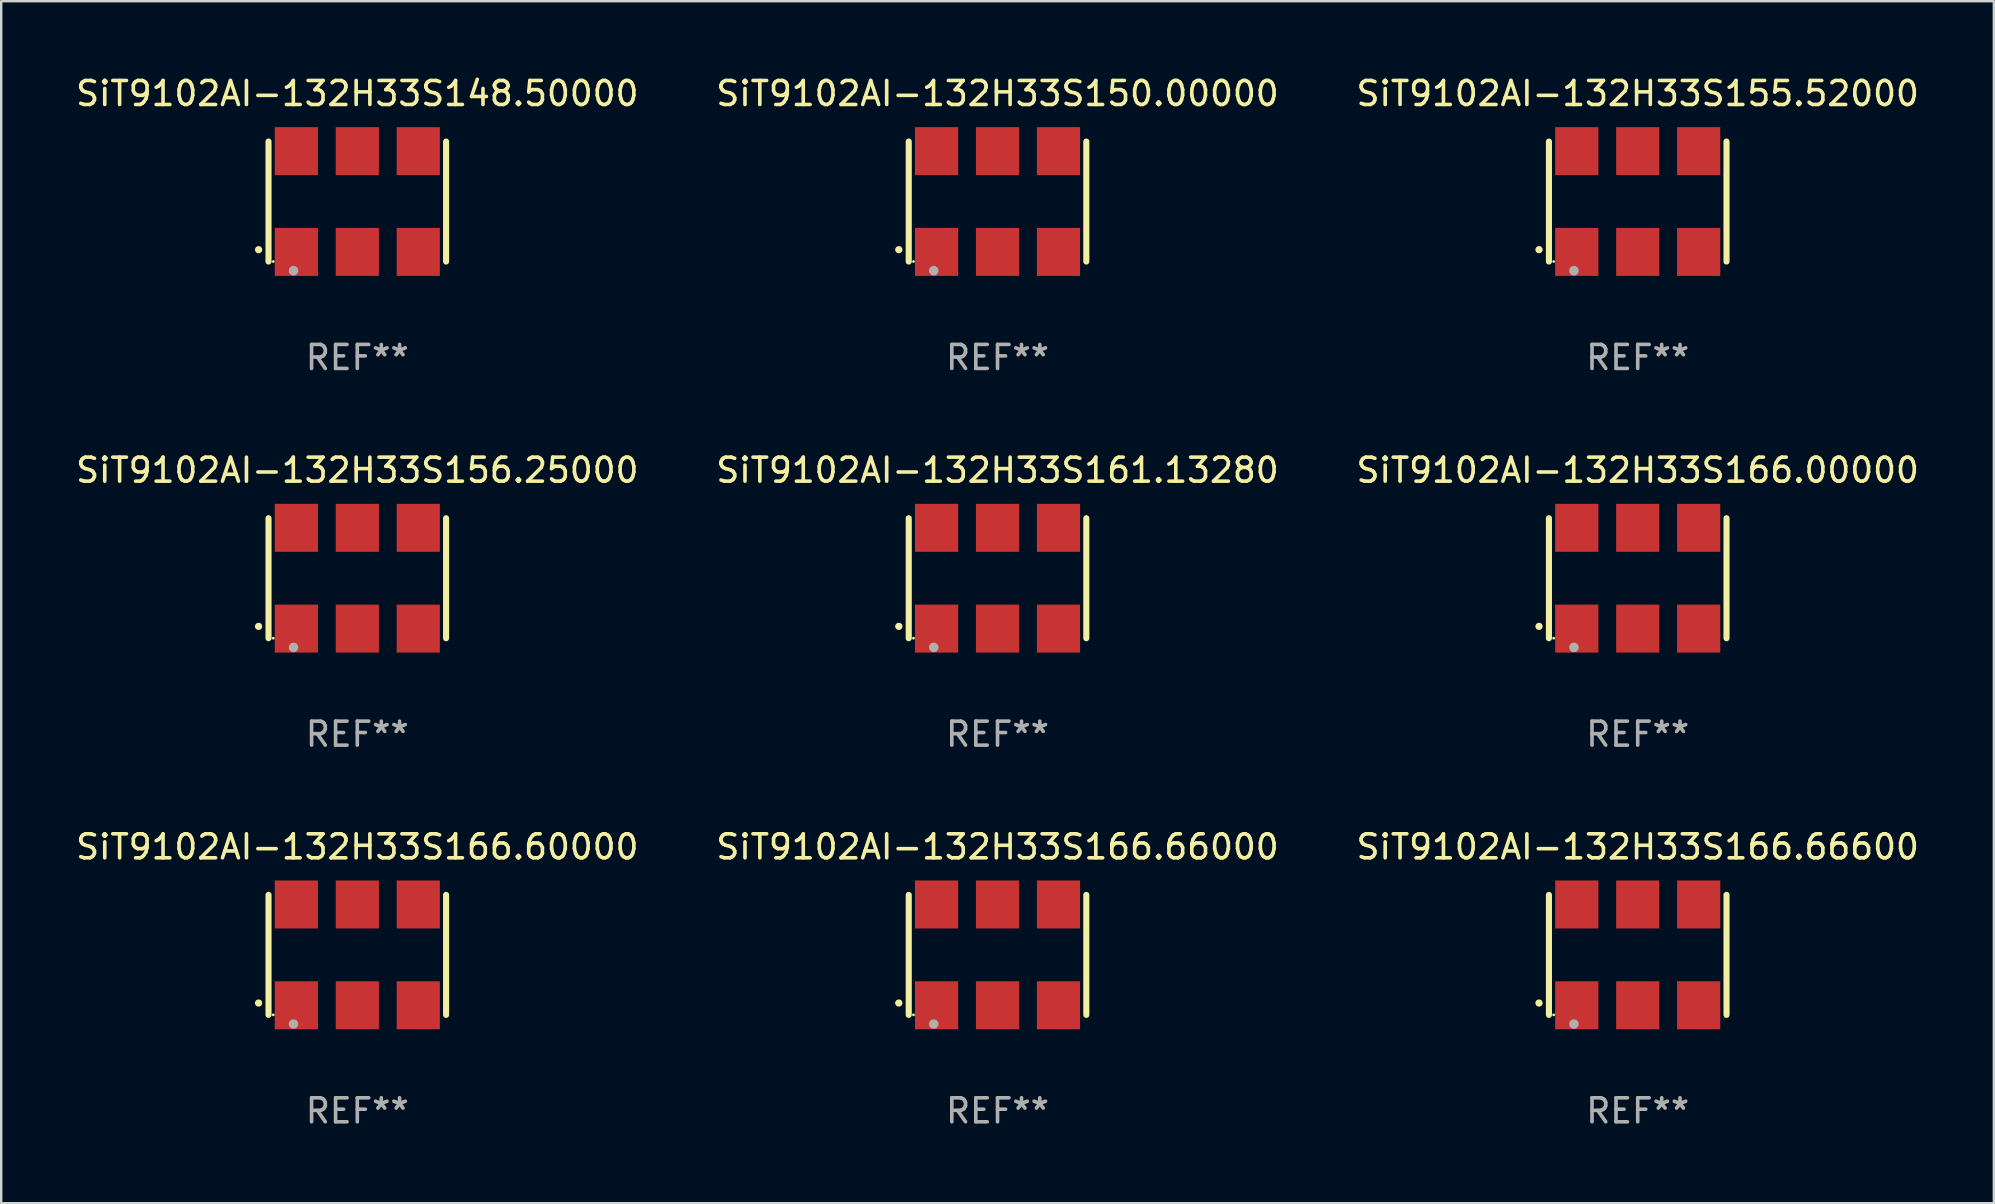
<source format=kicad_pcb>
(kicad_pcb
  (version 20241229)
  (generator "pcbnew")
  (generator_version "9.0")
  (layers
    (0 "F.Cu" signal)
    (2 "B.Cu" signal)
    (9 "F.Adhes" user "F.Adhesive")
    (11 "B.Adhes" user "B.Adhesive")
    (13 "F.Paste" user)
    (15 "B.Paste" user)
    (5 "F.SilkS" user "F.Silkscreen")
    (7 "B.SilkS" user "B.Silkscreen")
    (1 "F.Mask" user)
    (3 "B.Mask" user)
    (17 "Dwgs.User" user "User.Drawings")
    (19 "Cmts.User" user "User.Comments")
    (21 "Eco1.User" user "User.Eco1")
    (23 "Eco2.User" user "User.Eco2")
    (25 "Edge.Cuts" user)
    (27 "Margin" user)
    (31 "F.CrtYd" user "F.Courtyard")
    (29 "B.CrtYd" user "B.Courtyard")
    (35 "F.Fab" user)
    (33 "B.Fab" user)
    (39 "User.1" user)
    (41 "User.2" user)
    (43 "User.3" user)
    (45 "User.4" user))
  (footprint "SiT9102AI-132H33S161.13280"
    (layer "F.Cu")
    (at 38.518 21.045)
    (property "Reference" "SiT9102AI-132H33S161.13280" (at 0 -4.5 0) (layer "F.SilkS") (effects (font (size 1 1) (thickness 0.15))))
    (attr through_hole)
    (fp_line (start -3.7 -2.5) (end -3.7 2.5) (stroke (width 0.254) (type solid)) (layer "F.SilkS"))
    (fp_line (start 3.7 -2.5) (end 3.7 2.5) (stroke (width 0.254) (type solid)) (layer "F.SilkS"))
    (fp_arc (start -4.114415 2.006604) (mid -4.113145 2.006599) (end -4.111875 2.006604) (stroke (width 0.3) (type solid)) (layer "F.SilkS"))
    (fp_circle (center -3.502 2.5) (end -3.472 2.5) (stroke (width 0.06) (type solid)) (fill no) (layer "F.SilkS"))
    (fp_circle (center -2.657 2.882) (end -2.557 2.882) (stroke (width 0.2) (type solid)) (fill no) (layer "F.Fab"))
    (fp_text user "REF**" (at 0 6.5 0) (layer "F.Fab") (effects (font (size 1 1) (thickness 0.15))))
    (pad "1" smd rect (at -2.54 2.1) (size 1.8 2) (layers "F.Cu" "F.Mask" "F.Paste"))
    (pad "2" smd rect (at 0.000394 2.1) (size 1.8 2) (layers "F.Cu" "F.Mask" "F.Paste"))
    (pad "3" smd rect (at 2.54 2.1) (size 1.8 2) (layers "F.Cu" "F.Mask" "F.Paste"))
    (pad "4" smd rect (at 2.54 -2.1) (size 1.8 2) (layers "F.Cu" "F.Mask" "F.Paste"))
    (pad "5" smd rect (at 0.000394 -2.1) (size 1.8 2) (layers "F.Cu" "F.Mask" "F.Paste"))
    (pad "6" smd rect (at -2.54 -2.1) (size 1.8 2) (layers "F.Cu" "F.Mask" "F.Paste")))
  (footprint "SiT9102AI-132H33S156.25000"
    (layer "F.Cu")
    (at 11.839 21.045)
    (property "Reference" "SiT9102AI-132H33S156.25000" (at 0 -4.5 0) (layer "F.SilkS") (effects (font (size 1 1) (thickness 0.15))))
    (attr through_hole)
    (fp_line (start -3.7 -2.5) (end -3.7 2.5) (stroke (width 0.254) (type solid)) (layer "F.SilkS"))
    (fp_line (start 3.7 -2.5) (end 3.7 2.5) (stroke (width 0.254) (type solid)) (layer "F.SilkS"))
    (fp_arc (start -4.114415 2.006604) (mid -4.113145 2.006599) (end -4.111875 2.006604) (stroke (width 0.3) (type solid)) (layer "F.SilkS"))
    (fp_circle (center -3.502 2.5) (end -3.472 2.5) (stroke (width 0.06) (type solid)) (fill no) (layer "F.SilkS"))
    (fp_circle (center -2.657 2.882) (end -2.557 2.882) (stroke (width 0.2) (type solid)) (fill no) (layer "F.Fab"))
    (fp_text user "REF**" (at 0 6.5 0) (layer "F.Fab") (effects (font (size 1 1) (thickness 0.15))))
    (pad "1" smd rect (at -2.54 2.1) (size 1.8 2) (layers "F.Cu" "F.Mask" "F.Paste"))
    (pad "2" smd rect (at 0.000394 2.1) (size 1.8 2) (layers "F.Cu" "F.Mask" "F.Paste"))
    (pad "3" smd rect (at 2.54 2.1) (size 1.8 2) (layers "F.Cu" "F.Mask" "F.Paste"))
    (pad "4" smd rect (at 2.54 -2.1) (size 1.8 2) (layers "F.Cu" "F.Mask" "F.Paste"))
    (pad "5" smd rect (at 0.000394 -2.1) (size 1.8 2) (layers "F.Cu" "F.Mask" "F.Paste"))
    (pad "6" smd rect (at -2.54 -2.1) (size 1.8 2) (layers "F.Cu" "F.Mask" "F.Paste")))
  (footprint "SiT9102AI-132H33S155.52000"
    (layer "F.Cu")
    (at 65.196 5.348)
    (property "Reference" "SiT9102AI-132H33S155.52000" (at 0 -4.5 0) (layer "F.SilkS") (effects (font (size 1 1) (thickness 0.15))))
    (attr through_hole)
    (fp_line (start -3.7 -2.5) (end -3.7 2.5) (stroke (width 0.254) (type solid)) (layer "F.SilkS"))
    (fp_line (start 3.7 -2.5) (end 3.7 2.5) (stroke (width 0.254) (type solid)) (layer "F.SilkS"))
    (fp_arc (start -4.114415 2.006604) (mid -4.113145 2.006599) (end -4.111875 2.006604) (stroke (width 0.3) (type solid)) (layer "F.SilkS"))
    (fp_circle (center -3.502 2.5) (end -3.472 2.5) (stroke (width 0.06) (type solid)) (fill no) (layer "F.SilkS"))
    (fp_circle (center -2.657 2.882) (end -2.557 2.882) (stroke (width 0.2) (type solid)) (fill no) (layer "F.Fab"))
    (fp_text user "REF**" (at 0 6.5 0) (layer "F.Fab") (effects (font (size 1 1) (thickness 0.15))))
    (pad "1" smd rect (at -2.54 2.1) (size 1.8 2) (layers "F.Cu" "F.Mask" "F.Paste"))
    (pad "2" smd rect (at 0.000394 2.1) (size 1.8 2) (layers "F.Cu" "F.Mask" "F.Paste"))
    (pad "3" smd rect (at 2.54 2.1) (size 1.8 2) (layers "F.Cu" "F.Mask" "F.Paste"))
    (pad "4" smd rect (at 2.54 -2.1) (size 1.8 2) (layers "F.Cu" "F.Mask" "F.Paste"))
    (pad "5" smd rect (at 0.000394 -2.1) (size 1.8 2) (layers "F.Cu" "F.Mask" "F.Paste"))
    (pad "6" smd rect (at -2.54 -2.1) (size 1.8 2) (layers "F.Cu" "F.Mask" "F.Paste")))
  (footprint "SiT9102AI-132H33S166.66000"
    (layer "F.Cu")
    (at 38.518 36.741)
    (property "Reference" "SiT9102AI-132H33S166.66000" (at 0 -4.5 0) (layer "F.SilkS") (effects (font (size 1 1) (thickness 0.15))))
    (attr through_hole)
    (fp_line (start -3.7 -2.5) (end -3.7 2.5) (stroke (width 0.254) (type solid)) (layer "F.SilkS"))
    (fp_line (start 3.7 -2.5) (end 3.7 2.5) (stroke (width 0.254) (type solid)) (layer "F.SilkS"))
    (fp_arc (start -4.114415 2.006604) (mid -4.113145 2.006599) (end -4.111875 2.006604) (stroke (width 0.3) (type solid)) (layer "F.SilkS"))
    (fp_circle (center -3.502 2.5) (end -3.472 2.5) (stroke (width 0.06) (type solid)) (fill no) (layer "F.SilkS"))
    (fp_circle (center -2.657 2.882) (end -2.557 2.882) (stroke (width 0.2) (type solid)) (fill no) (layer "F.Fab"))
    (fp_text user "REF**" (at 0 6.5 0) (layer "F.Fab") (effects (font (size 1 1) (thickness 0.15))))
    (pad "1" smd rect (at -2.54 2.1) (size 1.8 2) (layers "F.Cu" "F.Mask" "F.Paste"))
    (pad "2" smd rect (at 0.000394 2.1) (size 1.8 2) (layers "F.Cu" "F.Mask" "F.Paste"))
    (pad "3" smd rect (at 2.54 2.1) (size 1.8 2) (layers "F.Cu" "F.Mask" "F.Paste"))
    (pad "4" smd rect (at 2.54 -2.1) (size 1.8 2) (layers "F.Cu" "F.Mask" "F.Paste"))
    (pad "5" smd rect (at 0.000394 -2.1) (size 1.8 2) (layers "F.Cu" "F.Mask" "F.Paste"))
    (pad "6" smd rect (at -2.54 -2.1) (size 1.8 2) (layers "F.Cu" "F.Mask" "F.Paste")))
  (footprint "SiT9102AI-132H33S166.66600"
    (layer "F.Cu")
    (at 65.196 36.741)
    (property "Reference" "SiT9102AI-132H33S166.66600" (at 0 -4.5 0) (layer "F.SilkS") (effects (font (size 1 1) (thickness 0.15))))
    (attr through_hole)
    (fp_line (start -3.7 -2.5) (end -3.7 2.5) (stroke (width 0.254) (type solid)) (layer "F.SilkS"))
    (fp_line (start 3.7 -2.5) (end 3.7 2.5) (stroke (width 0.254) (type solid)) (layer "F.SilkS"))
    (fp_arc (start -4.114415 2.006604) (mid -4.113145 2.006599) (end -4.111875 2.006604) (stroke (width 0.3) (type solid)) (layer "F.SilkS"))
    (fp_circle (center -3.502 2.5) (end -3.472 2.5) (stroke (width 0.06) (type solid)) (fill no) (layer "F.SilkS"))
    (fp_circle (center -2.657 2.882) (end -2.557 2.882) (stroke (width 0.2) (type solid)) (fill no) (layer "F.Fab"))
    (fp_text user "REF**" (at 0 6.5 0) (layer "F.Fab") (effects (font (size 1 1) (thickness 0.15))))
    (pad "1" smd rect (at -2.54 2.1) (size 1.8 2) (layers "F.Cu" "F.Mask" "F.Paste"))
    (pad "2" smd rect (at 0.000394 2.1) (size 1.8 2) (layers "F.Cu" "F.Mask" "F.Paste"))
    (pad "3" smd rect (at 2.54 2.1) (size 1.8 2) (layers "F.Cu" "F.Mask" "F.Paste"))
    (pad "4" smd rect (at 2.54 -2.1) (size 1.8 2) (layers "F.Cu" "F.Mask" "F.Paste"))
    (pad "5" smd rect (at 0.000394 -2.1) (size 1.8 2) (layers "F.Cu" "F.Mask" "F.Paste"))
    (pad "6" smd rect (at -2.54 -2.1) (size 1.8 2) (layers "F.Cu" "F.Mask" "F.Paste")))
  (footprint "SiT9102AI-132H33S166.00000"
    (layer "F.Cu")
    (at 65.196 21.045)
    (property "Reference" "SiT9102AI-132H33S166.00000" (at 0 -4.5 0) (layer "F.SilkS") (effects (font (size 1 1) (thickness 0.15))))
    (attr through_hole)
    (fp_line (start -3.7 -2.5) (end -3.7 2.5) (stroke (width 0.254) (type solid)) (layer "F.SilkS"))
    (fp_line (start 3.7 -2.5) (end 3.7 2.5) (stroke (width 0.254) (type solid)) (layer "F.SilkS"))
    (fp_arc (start -4.114415 2.006604) (mid -4.113145 2.006599) (end -4.111875 2.006604) (stroke (width 0.3) (type solid)) (layer "F.SilkS"))
    (fp_circle (center -3.502 2.5) (end -3.472 2.5) (stroke (width 0.06) (type solid)) (fill no) (layer "F.SilkS"))
    (fp_circle (center -2.657 2.882) (end -2.557 2.882) (stroke (width 0.2) (type solid)) (fill no) (layer "F.Fab"))
    (fp_text user "REF**" (at 0 6.5 0) (layer "F.Fab") (effects (font (size 1 1) (thickness 0.15))))
    (pad "1" smd rect (at -2.54 2.1) (size 1.8 2) (layers "F.Cu" "F.Mask" "F.Paste"))
    (pad "2" smd rect (at 0.000394 2.1) (size 1.8 2) (layers "F.Cu" "F.Mask" "F.Paste"))
    (pad "3" smd rect (at 2.54 2.1) (size 1.8 2) (layers "F.Cu" "F.Mask" "F.Paste"))
    (pad "4" smd rect (at 2.54 -2.1) (size 1.8 2) (layers "F.Cu" "F.Mask" "F.Paste"))
    (pad "5" smd rect (at 0.000394 -2.1) (size 1.8 2) (layers "F.Cu" "F.Mask" "F.Paste"))
    (pad "6" smd rect (at -2.54 -2.1) (size 1.8 2) (layers "F.Cu" "F.Mask" "F.Paste")))
  (footprint "SiT9102AI-132H33S166.60000"
    (layer "F.Cu")
    (at 11.839 36.741)
    (property "Reference" "SiT9102AI-132H33S166.60000" (at 0 -4.5 0) (layer "F.SilkS") (effects (font (size 1 1) (thickness 0.15))))
    (attr through_hole)
    (fp_line (start -3.7 -2.5) (end -3.7 2.5) (stroke (width 0.254) (type solid)) (layer "F.SilkS"))
    (fp_line (start 3.7 -2.5) (end 3.7 2.5) (stroke (width 0.254) (type solid)) (layer "F.SilkS"))
    (fp_arc (start -4.114415 2.006604) (mid -4.113145 2.006599) (end -4.111875 2.006604) (stroke (width 0.3) (type solid)) (layer "F.SilkS"))
    (fp_circle (center -3.502 2.5) (end -3.472 2.5) (stroke (width 0.06) (type solid)) (fill no) (layer "F.SilkS"))
    (fp_circle (center -2.657 2.882) (end -2.557 2.882) (stroke (width 0.2) (type solid)) (fill no) (layer "F.Fab"))
    (fp_text user "REF**" (at 0 6.5 0) (layer "F.Fab") (effects (font (size 1 1) (thickness 0.15))))
    (pad "1" smd rect (at -2.54 2.1) (size 1.8 2) (layers "F.Cu" "F.Mask" "F.Paste"))
    (pad "2" smd rect (at 0.000394 2.1) (size 1.8 2) (layers "F.Cu" "F.Mask" "F.Paste"))
    (pad "3" smd rect (at 2.54 2.1) (size 1.8 2) (layers "F.Cu" "F.Mask" "F.Paste"))
    (pad "4" smd rect (at 2.54 -2.1) (size 1.8 2) (layers "F.Cu" "F.Mask" "F.Paste"))
    (pad "5" smd rect (at 0.000394 -2.1) (size 1.8 2) (layers "F.Cu" "F.Mask" "F.Paste"))
    (pad "6" smd rect (at -2.54 -2.1) (size 1.8 2) (layers "F.Cu" "F.Mask" "F.Paste")))
  (footprint "SiT9102AI-132H33S148.50000"
    (layer "F.Cu")
    (at 11.839 5.348)
    (property "Reference" "SiT9102AI-132H33S148.50000" (at 0 -4.5 0) (layer "F.SilkS") (effects (font (size 1 1) (thickness 0.15))))
    (attr through_hole)
    (fp_line (start -3.7 -2.5) (end -3.7 2.5) (stroke (width 0.254) (type solid)) (layer "F.SilkS"))
    (fp_line (start 3.7 -2.5) (end 3.7 2.5) (stroke (width 0.254) (type solid)) (layer "F.SilkS"))
    (fp_arc (start -4.114415 2.006604) (mid -4.113145 2.006599) (end -4.111875 2.006604) (stroke (width 0.3) (type solid)) (layer "F.SilkS"))
    (fp_circle (center -3.502 2.5) (end -3.472 2.5) (stroke (width 0.06) (type solid)) (fill no) (layer "F.SilkS"))
    (fp_circle (center -2.657 2.882) (end -2.557 2.882) (stroke (width 0.2) (type solid)) (fill no) (layer "F.Fab"))
    (fp_text user "REF**" (at 0 6.5 0) (layer "F.Fab") (effects (font (size 1 1) (thickness 0.15))))
    (pad "1" smd rect (at -2.54 2.1) (size 1.8 2) (layers "F.Cu" "F.Mask" "F.Paste"))
    (pad "2" smd rect (at 0.000394 2.1) (size 1.8 2) (layers "F.Cu" "F.Mask" "F.Paste"))
    (pad "3" smd rect (at 2.54 2.1) (size 1.8 2) (layers "F.Cu" "F.Mask" "F.Paste"))
    (pad "4" smd rect (at 2.54 -2.1) (size 1.8 2) (layers "F.Cu" "F.Mask" "F.Paste"))
    (pad "5" smd rect (at 0.000394 -2.1) (size 1.8 2) (layers "F.Cu" "F.Mask" "F.Paste"))
    (pad "6" smd rect (at -2.54 -2.1) (size 1.8 2) (layers "F.Cu" "F.Mask" "F.Paste")))
  (footprint "SiT9102AI-132H33S150.00000"
    (layer "F.Cu")
    (at 38.518 5.348)
    (property "Reference" "SiT9102AI-132H33S150.00000" (at 0 -4.5 0) (layer "F.SilkS") (effects (font (size 1 1) (thickness 0.15))))
    (attr through_hole)
    (fp_line (start -3.7 -2.5) (end -3.7 2.5) (stroke (width 0.254) (type solid)) (layer "F.SilkS"))
    (fp_line (start 3.7 -2.5) (end 3.7 2.5) (stroke (width 0.254) (type solid)) (layer "F.SilkS"))
    (fp_arc (start -4.114415 2.006604) (mid -4.113145 2.006599) (end -4.111875 2.006604) (stroke (width 0.3) (type solid)) (layer "F.SilkS"))
    (fp_circle (center -3.502 2.5) (end -3.472 2.5) (stroke (width 0.06) (type solid)) (fill no) (layer "F.SilkS"))
    (fp_circle (center -2.657 2.882) (end -2.557 2.882) (stroke (width 0.2) (type solid)) (fill no) (layer "F.Fab"))
    (fp_text user "REF**" (at 0 6.5 0) (layer "F.Fab") (effects (font (size 1 1) (thickness 0.15))))
    (pad "1" smd rect (at -2.54 2.1) (size 1.8 2) (layers "F.Cu" "F.Mask" "F.Paste"))
    (pad "2" smd rect (at 0.000394 2.1) (size 1.8 2) (layers "F.Cu" "F.Mask" "F.Paste"))
    (pad "3" smd rect (at 2.54 2.1) (size 1.8 2) (layers "F.Cu" "F.Mask" "F.Paste"))
    (pad "4" smd rect (at 2.54 -2.1) (size 1.8 2) (layers "F.Cu" "F.Mask" "F.Paste"))
    (pad "5" smd rect (at 0.000394 -2.1) (size 1.8 2) (layers "F.Cu" "F.Mask" "F.Paste"))
    (pad "6" smd rect (at -2.54 -2.1) (size 1.8 2) (layers "F.Cu" "F.Mask" "F.Paste")))
  (gr_rect
    (start -3 -3)
    (end 80.036 47.09)
    (stroke (width 0.1) (type default))
    (fill no)
    (layer "Edge.Cuts")))
</source>
